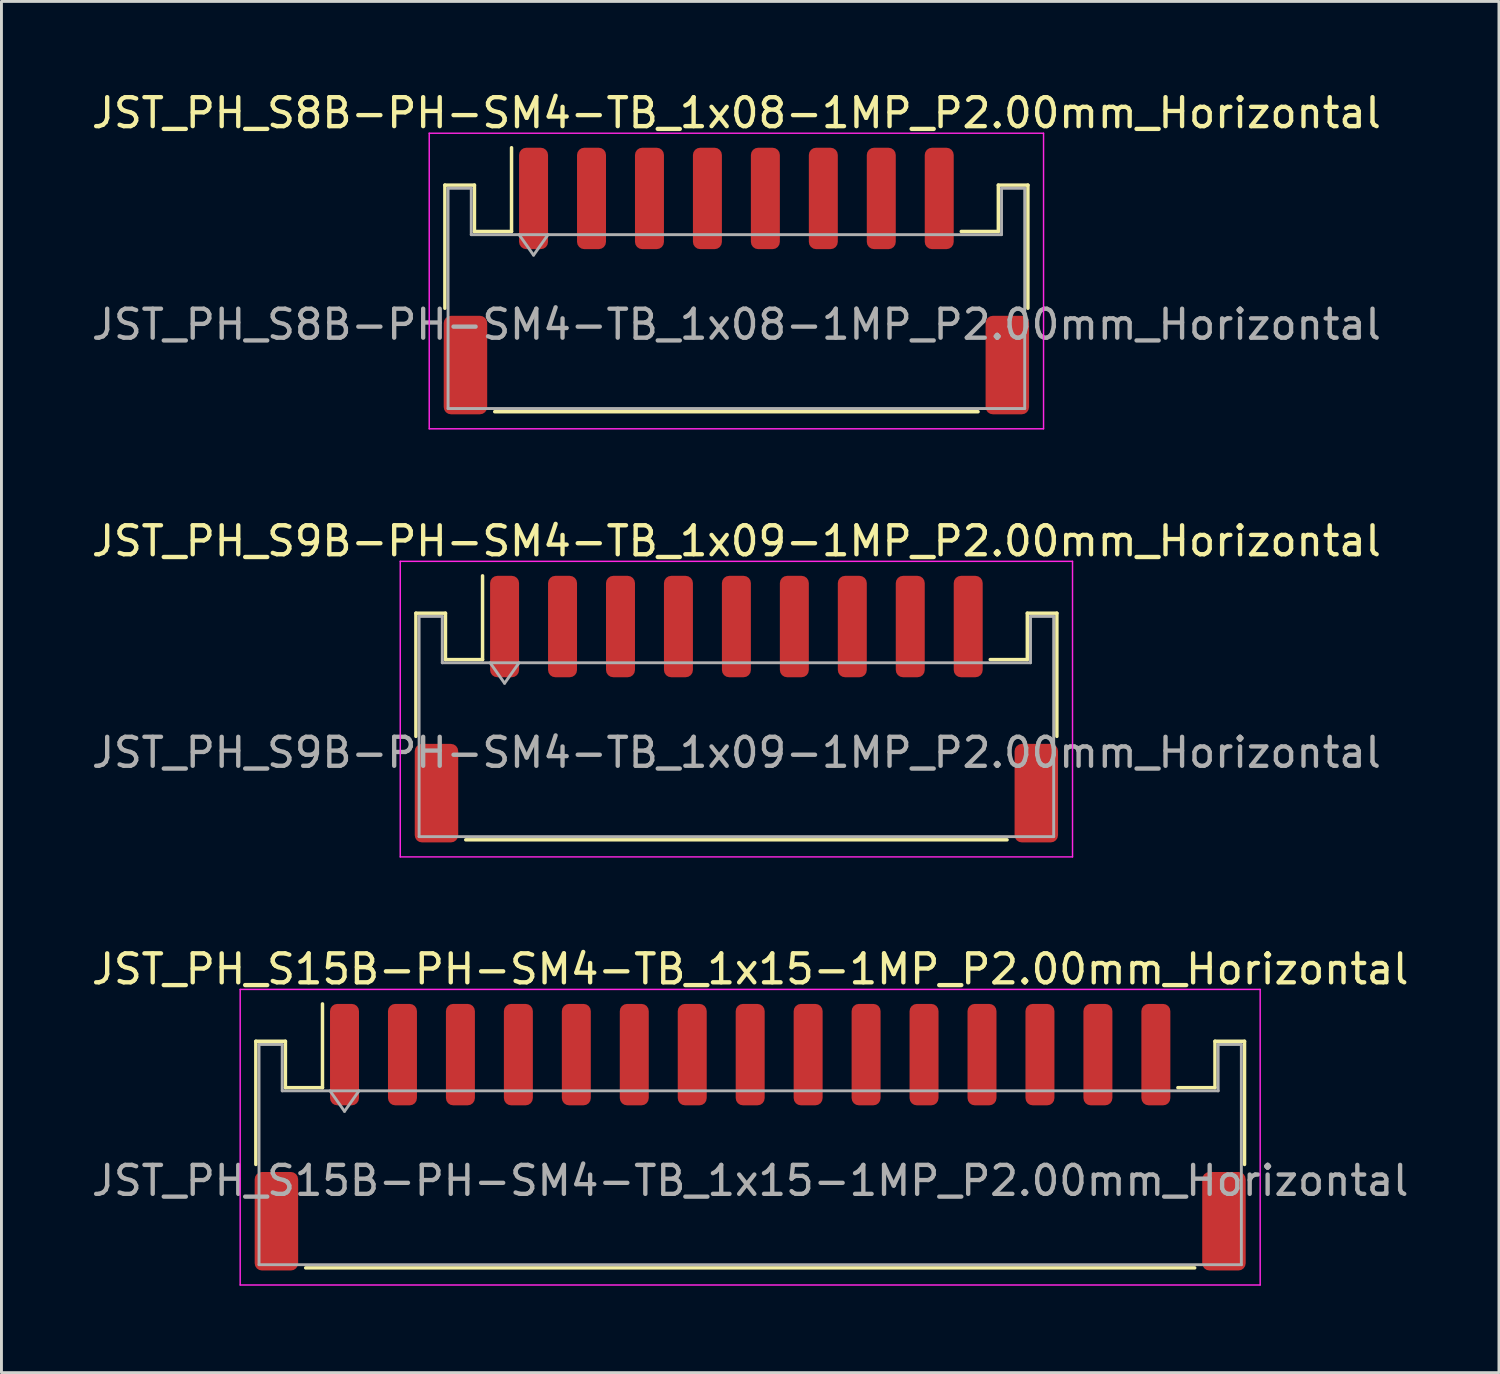
<source format=kicad_pcb>
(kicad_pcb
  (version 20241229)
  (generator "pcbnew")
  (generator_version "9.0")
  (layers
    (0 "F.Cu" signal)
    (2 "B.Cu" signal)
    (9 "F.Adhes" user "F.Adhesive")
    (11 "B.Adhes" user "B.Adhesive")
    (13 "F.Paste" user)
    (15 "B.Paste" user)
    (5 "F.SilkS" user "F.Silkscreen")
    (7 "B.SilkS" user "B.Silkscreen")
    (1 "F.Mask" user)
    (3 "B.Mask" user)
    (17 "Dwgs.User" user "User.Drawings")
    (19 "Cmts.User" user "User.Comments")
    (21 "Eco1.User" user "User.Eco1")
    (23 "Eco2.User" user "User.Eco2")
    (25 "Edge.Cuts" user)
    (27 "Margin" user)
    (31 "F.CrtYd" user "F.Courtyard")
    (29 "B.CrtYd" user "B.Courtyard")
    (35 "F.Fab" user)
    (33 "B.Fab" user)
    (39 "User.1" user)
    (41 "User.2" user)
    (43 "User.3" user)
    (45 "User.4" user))
  (footprint "JST_PH_S9B-PH-SM4-TB_1x09-1MP_P2.00mm_Horizontal"
    (layer "F.Cu")
    (at 22.363 21.422)
    (property "Reference" "JST_PH_S9B-PH-SM4-TB_1x09-1MP_P2.00mm_Horizontal" (at 0 -5.8 0) (layer "F.SilkS") (effects (font (size 1 1) (thickness 0.15))))
    (attr smd)
    (fp_line (start -11.06 -3.31) (end -10.04 -3.31) (stroke (width 0.12) (type solid)) (layer "F.SilkS"))
    (fp_line (start -11.06 0.94) (end -11.06 -3.31) (stroke (width 0.12) (type solid)) (layer "F.SilkS"))
    (fp_line (start -10.04 -3.31) (end -10.04 -1.71) (stroke (width 0.12) (type solid)) (layer "F.SilkS"))
    (fp_line (start -10.04 -1.71) (end -8.76 -1.71) (stroke (width 0.12) (type solid)) (layer "F.SilkS"))
    (fp_line (start -9.34 4.51) (end 9.34 4.51) (stroke (width 0.12) (type solid)) (layer "F.SilkS"))
    (fp_line (start -8.76 -1.71) (end -8.76 -4.6) (stroke (width 0.12) (type solid)) (layer "F.SilkS"))
    (fp_line (start 10.04 -3.31) (end 10.04 -1.71) (stroke (width 0.12) (type solid)) (layer "F.SilkS"))
    (fp_line (start 10.04 -1.71) (end 8.76 -1.71) (stroke (width 0.12) (type solid)) (layer "F.SilkS"))
    (fp_line (start 11.06 -3.31) (end 10.04 -3.31) (stroke (width 0.12) (type solid)) (layer "F.SilkS"))
    (fp_line (start 11.06 0.94) (end 11.06 -3.31) (stroke (width 0.12) (type solid)) (layer "F.SilkS"))
    (fp_line (start -11.6 -5.1) (end -11.6 5.1) (stroke (width 0.05) (type solid)) (layer "F.CrtYd"))
    (fp_line (start -11.6 5.1) (end 11.6 5.1) (stroke (width 0.05) (type solid)) (layer "F.CrtYd"))
    (fp_line (start 11.6 -5.1) (end -11.6 -5.1) (stroke (width 0.05) (type solid)) (layer "F.CrtYd"))
    (fp_line (start 11.6 5.1) (end 11.6 -5.1) (stroke (width 0.05) (type solid)) (layer "F.CrtYd"))
    (fp_line (start -10.95 -3.2) (end -10.95 4.4) (stroke (width 0.1) (type solid)) (layer "F.Fab"))
    (fp_line (start -10.95 -3.2) (end -10.15 -3.2) (stroke (width 0.1) (type solid)) (layer "F.Fab"))
    (fp_line (start -10.95 4.4) (end 10.95 4.4) (stroke (width 0.1) (type solid)) (layer "F.Fab"))
    (fp_line (start -10.15 -3.2) (end -10.15 -1.6) (stroke (width 0.1) (type solid)) (layer "F.Fab"))
    (fp_line (start -10.15 -1.6) (end 10.15 -1.6) (stroke (width 0.1) (type solid)) (layer "F.Fab"))
    (fp_line (start -8.5 -1.6) (end -8 -0.893) (stroke (width 0.1) (type solid)) (layer "F.Fab"))
    (fp_line (start -8 -0.893) (end -7.5 -1.6) (stroke (width 0.1) (type solid)) (layer "F.Fab"))
    (fp_line (start 10.15 -3.2) (end 10.95 -3.2) (stroke (width 0.1) (type solid)) (layer "F.Fab"))
    (fp_line (start 10.15 -1.6) (end 10.15 -3.2) (stroke (width 0.1) (type solid)) (layer "F.Fab"))
    (fp_line (start 10.95 -3.2) (end 10.95 4.4) (stroke (width 0.1) (type solid)) (layer "F.Fab"))
    (fp_text user "${REFERENCE}" (at 0 1.5 0) (layer "F.Fab") (effects (font (size 1 1) (thickness 0.15))))
    (pad "1" smd roundrect (at -8 -2.85) (size 1 3.5) (layers "F.Cu" "F.Mask" "F.Paste") (roundrect_rratio 0.25))
    (pad "2" smd roundrect (at -6 -2.85) (size 1 3.5) (layers "F.Cu" "F.Mask" "F.Paste") (roundrect_rratio 0.25))
    (pad "3" smd roundrect (at -4 -2.85) (size 1 3.5) (layers "F.Cu" "F.Mask" "F.Paste") (roundrect_rratio 0.25))
    (pad "4" smd roundrect (at -2 -2.85) (size 1 3.5) (layers "F.Cu" "F.Mask" "F.Paste") (roundrect_rratio 0.25))
    (pad "5" smd roundrect (at 0 -2.85) (size 1 3.5) (layers "F.Cu" "F.Mask" "F.Paste") (roundrect_rratio 0.25))
    (pad "6" smd roundrect (at 2 -2.85) (size 1 3.5) (layers "F.Cu" "F.Mask" "F.Paste") (roundrect_rratio 0.25))
    (pad "7" smd roundrect (at 4 -2.85) (size 1 3.5) (layers "F.Cu" "F.Mask" "F.Paste") (roundrect_rratio 0.25))
    (pad "8" smd roundrect (at 6 -2.85) (size 1 3.5) (layers "F.Cu" "F.Mask" "F.Paste") (roundrect_rratio 0.25))
    (pad "9" smd roundrect (at 8 -2.85) (size 1 3.5) (layers "F.Cu" "F.Mask" "F.Paste") (roundrect_rratio 0.25))
    (pad "MP" smd roundrect (at -10.35 2.9) (size 1.5 3.4) (layers "F.Cu" "F.Mask" "F.Paste") (roundrect_rratio 0.167))
    (pad "MP" smd roundrect (at 10.35 2.9) (size 1.5 3.4) (layers "F.Cu" "F.Mask" "F.Paste") (roundrect_rratio 0.167)))
  (footprint "JST_PH_S8B-PH-SM4-TB_1x08-1MP_P2.00mm_Horizontal"
    (layer "F.Cu")
    (at 22.363 6.648)
    (property "Reference" "JST_PH_S8B-PH-SM4-TB_1x08-1MP_P2.00mm_Horizontal" (at 0 -5.8 0) (layer "F.SilkS") (effects (font (size 1 1) (thickness 0.15))))
    (attr smd)
    (fp_line (start -10.06 -3.31) (end -9.04 -3.31) (stroke (width 0.12) (type solid)) (layer "F.SilkS"))
    (fp_line (start -10.06 0.94) (end -10.06 -3.31) (stroke (width 0.12) (type solid)) (layer "F.SilkS"))
    (fp_line (start -9.04 -3.31) (end -9.04 -1.71) (stroke (width 0.12) (type solid)) (layer "F.SilkS"))
    (fp_line (start -9.04 -1.71) (end -7.76 -1.71) (stroke (width 0.12) (type solid)) (layer "F.SilkS"))
    (fp_line (start -8.34 4.51) (end 8.34 4.51) (stroke (width 0.12) (type solid)) (layer "F.SilkS"))
    (fp_line (start -7.76 -1.71) (end -7.76 -4.6) (stroke (width 0.12) (type solid)) (layer "F.SilkS"))
    (fp_line (start 9.04 -3.31) (end 9.04 -1.71) (stroke (width 0.12) (type solid)) (layer "F.SilkS"))
    (fp_line (start 9.04 -1.71) (end 7.76 -1.71) (stroke (width 0.12) (type solid)) (layer "F.SilkS"))
    (fp_line (start 10.06 -3.31) (end 9.04 -3.31) (stroke (width 0.12) (type solid)) (layer "F.SilkS"))
    (fp_line (start 10.06 0.94) (end 10.06 -3.31) (stroke (width 0.12) (type solid)) (layer "F.SilkS"))
    (fp_line (start -10.6 -5.1) (end -10.6 5.1) (stroke (width 0.05) (type solid)) (layer "F.CrtYd"))
    (fp_line (start -10.6 5.1) (end 10.6 5.1) (stroke (width 0.05) (type solid)) (layer "F.CrtYd"))
    (fp_line (start 10.6 -5.1) (end -10.6 -5.1) (stroke (width 0.05) (type solid)) (layer "F.CrtYd"))
    (fp_line (start 10.6 5.1) (end 10.6 -5.1) (stroke (width 0.05) (type solid)) (layer "F.CrtYd"))
    (fp_line (start -9.95 -3.2) (end -9.95 4.4) (stroke (width 0.1) (type solid)) (layer "F.Fab"))
    (fp_line (start -9.95 -3.2) (end -9.15 -3.2) (stroke (width 0.1) (type solid)) (layer "F.Fab"))
    (fp_line (start -9.95 4.4) (end 9.95 4.4) (stroke (width 0.1) (type solid)) (layer "F.Fab"))
    (fp_line (start -9.15 -3.2) (end -9.15 -1.6) (stroke (width 0.1) (type solid)) (layer "F.Fab"))
    (fp_line (start -9.15 -1.6) (end 9.15 -1.6) (stroke (width 0.1) (type solid)) (layer "F.Fab"))
    (fp_line (start -7.5 -1.6) (end -7 -0.893) (stroke (width 0.1) (type solid)) (layer "F.Fab"))
    (fp_line (start -7 -0.893) (end -6.5 -1.6) (stroke (width 0.1) (type solid)) (layer "F.Fab"))
    (fp_line (start 9.15 -3.2) (end 9.95 -3.2) (stroke (width 0.1) (type solid)) (layer "F.Fab"))
    (fp_line (start 9.15 -1.6) (end 9.15 -3.2) (stroke (width 0.1) (type solid)) (layer "F.Fab"))
    (fp_line (start 9.95 -3.2) (end 9.95 4.4) (stroke (width 0.1) (type solid)) (layer "F.Fab"))
    (fp_text user "${REFERENCE}" (at 0 1.5 0) (layer "F.Fab") (effects (font (size 1 1) (thickness 0.15))))
    (pad "1" smd roundrect (at -7 -2.85) (size 1 3.5) (layers "F.Cu" "F.Mask" "F.Paste") (roundrect_rratio 0.25))
    (pad "2" smd roundrect (at -5 -2.85) (size 1 3.5) (layers "F.Cu" "F.Mask" "F.Paste") (roundrect_rratio 0.25))
    (pad "3" smd roundrect (at -3 -2.85) (size 1 3.5) (layers "F.Cu" "F.Mask" "F.Paste") (roundrect_rratio 0.25))
    (pad "4" smd roundrect (at -1 -2.85) (size 1 3.5) (layers "F.Cu" "F.Mask" "F.Paste") (roundrect_rratio 0.25))
    (pad "5" smd roundrect (at 1 -2.85) (size 1 3.5) (layers "F.Cu" "F.Mask" "F.Paste") (roundrect_rratio 0.25))
    (pad "6" smd roundrect (at 3 -2.85) (size 1 3.5) (layers "F.Cu" "F.Mask" "F.Paste") (roundrect_rratio 0.25))
    (pad "7" smd roundrect (at 5 -2.85) (size 1 3.5) (layers "F.Cu" "F.Mask" "F.Paste") (roundrect_rratio 0.25))
    (pad "8" smd roundrect (at 7 -2.85) (size 1 3.5) (layers "F.Cu" "F.Mask" "F.Paste") (roundrect_rratio 0.25))
    (pad "MP" smd roundrect (at -9.35 2.9) (size 1.5 3.4) (layers "F.Cu" "F.Mask" "F.Paste") (roundrect_rratio 0.167))
    (pad "MP" smd roundrect (at 9.35 2.9) (size 1.5 3.4) (layers "F.Cu" "F.Mask" "F.Paste") (roundrect_rratio 0.167)))
  (footprint "JST_PH_S15B-PH-SM4-TB_1x15-1MP_P2.00mm_Horizontal"
    (layer "F.Cu")
    (at 22.839 36.195)
    (property "Reference" "JST_PH_S15B-PH-SM4-TB_1x15-1MP_P2.00mm_Horizontal" (at 0 -5.8 0) (layer "F.SilkS") (effects (font (size 1 1) (thickness 0.15))))
    (attr smd)
    (fp_line (start -17.06 -3.31) (end -16.04 -3.31) (stroke (width 0.12) (type solid)) (layer "F.SilkS"))
    (fp_line (start -17.06 0.94) (end -17.06 -3.31) (stroke (width 0.12) (type solid)) (layer "F.SilkS"))
    (fp_line (start -16.04 -3.31) (end -16.04 -1.71) (stroke (width 0.12) (type solid)) (layer "F.SilkS"))
    (fp_line (start -16.04 -1.71) (end -14.76 -1.71) (stroke (width 0.12) (type solid)) (layer "F.SilkS"))
    (fp_line (start -15.34 4.51) (end 15.34 4.51) (stroke (width 0.12) (type solid)) (layer "F.SilkS"))
    (fp_line (start -14.76 -1.71) (end -14.76 -4.6) (stroke (width 0.12) (type solid)) (layer "F.SilkS"))
    (fp_line (start 16.04 -3.31) (end 16.04 -1.71) (stroke (width 0.12) (type solid)) (layer "F.SilkS"))
    (fp_line (start 16.04 -1.71) (end 14.76 -1.71) (stroke (width 0.12) (type solid)) (layer "F.SilkS"))
    (fp_line (start 17.06 -3.31) (end 16.04 -3.31) (stroke (width 0.12) (type solid)) (layer "F.SilkS"))
    (fp_line (start 17.06 0.94) (end 17.06 -3.31) (stroke (width 0.12) (type solid)) (layer "F.SilkS"))
    (fp_line (start -17.6 -5.1) (end -17.6 5.1) (stroke (width 0.05) (type solid)) (layer "F.CrtYd"))
    (fp_line (start -17.6 5.1) (end 17.6 5.1) (stroke (width 0.05) (type solid)) (layer "F.CrtYd"))
    (fp_line (start 17.6 -5.1) (end -17.6 -5.1) (stroke (width 0.05) (type solid)) (layer "F.CrtYd"))
    (fp_line (start 17.6 5.1) (end 17.6 -5.1) (stroke (width 0.05) (type solid)) (layer "F.CrtYd"))
    (fp_line (start -16.95 -3.2) (end -16.95 4.4) (stroke (width 0.1) (type solid)) (layer "F.Fab"))
    (fp_line (start -16.95 -3.2) (end -16.15 -3.2) (stroke (width 0.1) (type solid)) (layer "F.Fab"))
    (fp_line (start -16.95 4.4) (end 16.95 4.4) (stroke (width 0.1) (type solid)) (layer "F.Fab"))
    (fp_line (start -16.15 -3.2) (end -16.15 -1.6) (stroke (width 0.1) (type solid)) (layer "F.Fab"))
    (fp_line (start -16.15 -1.6) (end 16.15 -1.6) (stroke (width 0.1) (type solid)) (layer "F.Fab"))
    (fp_line (start -14.5 -1.6) (end -14 -0.893) (stroke (width 0.1) (type solid)) (layer "F.Fab"))
    (fp_line (start -14 -0.893) (end -13.5 -1.6) (stroke (width 0.1) (type solid)) (layer "F.Fab"))
    (fp_line (start 16.15 -3.2) (end 16.95 -3.2) (stroke (width 0.1) (type solid)) (layer "F.Fab"))
    (fp_line (start 16.15 -1.6) (end 16.15 -3.2) (stroke (width 0.1) (type solid)) (layer "F.Fab"))
    (fp_line (start 16.95 -3.2) (end 16.95 4.4) (stroke (width 0.1) (type solid)) (layer "F.Fab"))
    (fp_text user "${REFERENCE}" (at 0 1.5 0) (layer "F.Fab") (effects (font (size 1 1) (thickness 0.15))))
    (pad "1" smd roundrect (at -14 -2.85) (size 1 3.5) (layers "F.Cu" "F.Mask" "F.Paste") (roundrect_rratio 0.25))
    (pad "2" smd roundrect (at -12 -2.85) (size 1 3.5) (layers "F.Cu" "F.Mask" "F.Paste") (roundrect_rratio 0.25))
    (pad "3" smd roundrect (at -10 -2.85) (size 1 3.5) (layers "F.Cu" "F.Mask" "F.Paste") (roundrect_rratio 0.25))
    (pad "4" smd roundrect (at -8 -2.85) (size 1 3.5) (layers "F.Cu" "F.Mask" "F.Paste") (roundrect_rratio 0.25))
    (pad "5" smd roundrect (at -6 -2.85) (size 1 3.5) (layers "F.Cu" "F.Mask" "F.Paste") (roundrect_rratio 0.25))
    (pad "6" smd roundrect (at -4 -2.85) (size 1 3.5) (layers "F.Cu" "F.Mask" "F.Paste") (roundrect_rratio 0.25))
    (pad "7" smd roundrect (at -2 -2.85) (size 1 3.5) (layers "F.Cu" "F.Mask" "F.Paste") (roundrect_rratio 0.25))
    (pad "8" smd roundrect (at 0 -2.85) (size 1 3.5) (layers "F.Cu" "F.Mask" "F.Paste") (roundrect_rratio 0.25))
    (pad "9" smd roundrect (at 2 -2.85) (size 1 3.5) (layers "F.Cu" "F.Mask" "F.Paste") (roundrect_rratio 0.25))
    (pad "10" smd roundrect (at 4 -2.85) (size 1 3.5) (layers "F.Cu" "F.Mask" "F.Paste") (roundrect_rratio 0.25))
    (pad "11" smd roundrect (at 6 -2.85) (size 1 3.5) (layers "F.Cu" "F.Mask" "F.Paste") (roundrect_rratio 0.25))
    (pad "12" smd roundrect (at 8 -2.85) (size 1 3.5) (layers "F.Cu" "F.Mask" "F.Paste") (roundrect_rratio 0.25))
    (pad "13" smd roundrect (at 10 -2.85) (size 1 3.5) (layers "F.Cu" "F.Mask" "F.Paste") (roundrect_rratio 0.25))
    (pad "14" smd roundrect (at 12 -2.85) (size 1 3.5) (layers "F.Cu" "F.Mask" "F.Paste") (roundrect_rratio 0.25))
    (pad "15" smd roundrect (at 14 -2.85) (size 1 3.5) (layers "F.Cu" "F.Mask" "F.Paste") (roundrect_rratio 0.25))
    (pad "MP" smd roundrect (at -16.35 2.9) (size 1.5 3.4) (layers "F.Cu" "F.Mask" "F.Paste") (roundrect_rratio 0.167))
    (pad "MP" smd roundrect (at 16.35 2.9) (size 1.5 3.4) (layers "F.Cu" "F.Mask" "F.Paste") (roundrect_rratio 0.167)))
  (gr_rect
    (start -3 -3)
    (end 48.679 44.32)
    (stroke (width 0.1) (type default))
    (fill no)
    (layer "Edge.Cuts")))
</source>
